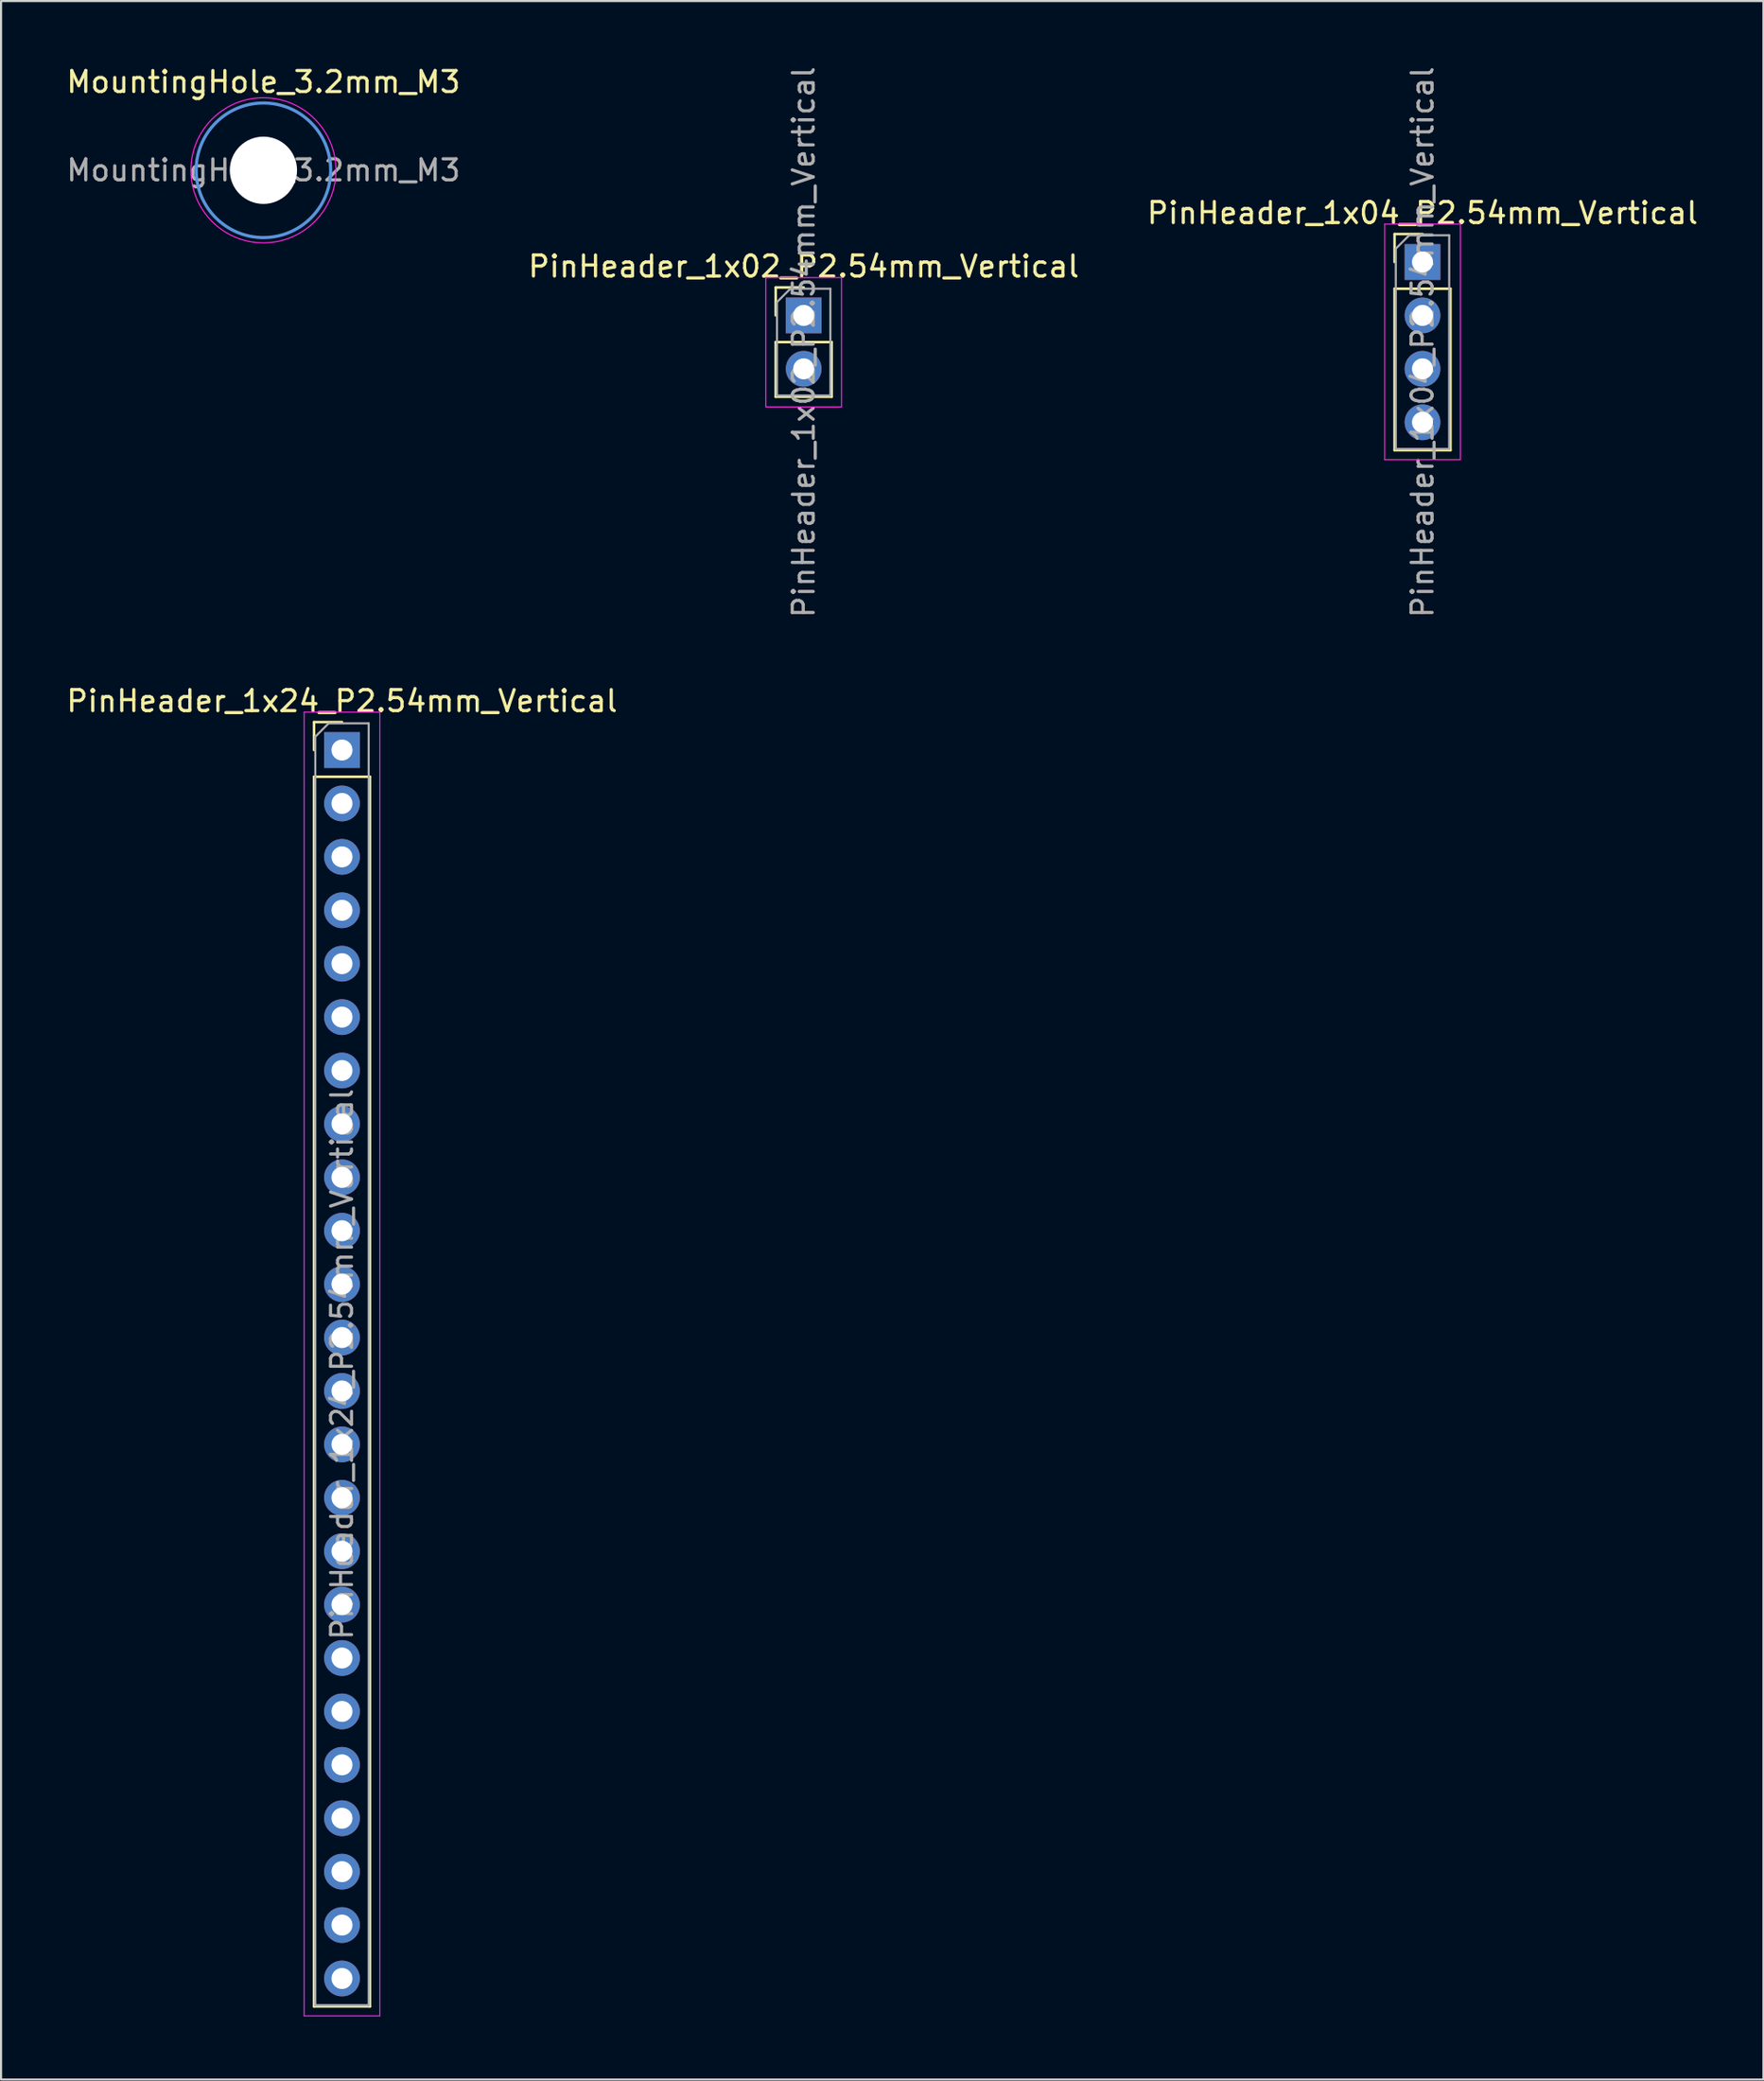
<source format=kicad_pcb>
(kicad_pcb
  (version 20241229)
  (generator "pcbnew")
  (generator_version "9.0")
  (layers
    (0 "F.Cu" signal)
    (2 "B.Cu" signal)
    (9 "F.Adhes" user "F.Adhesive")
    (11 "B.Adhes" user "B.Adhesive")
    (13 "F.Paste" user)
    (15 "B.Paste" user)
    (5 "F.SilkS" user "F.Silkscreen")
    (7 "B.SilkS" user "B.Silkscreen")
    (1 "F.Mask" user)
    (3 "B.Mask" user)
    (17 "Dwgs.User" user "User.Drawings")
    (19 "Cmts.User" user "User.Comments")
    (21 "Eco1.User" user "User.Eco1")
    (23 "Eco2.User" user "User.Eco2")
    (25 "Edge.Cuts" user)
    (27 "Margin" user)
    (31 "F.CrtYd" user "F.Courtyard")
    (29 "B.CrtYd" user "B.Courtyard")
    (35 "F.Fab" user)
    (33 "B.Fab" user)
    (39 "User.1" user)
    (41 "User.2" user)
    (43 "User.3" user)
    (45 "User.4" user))
  (footprint "MountingHole_3.2mm_M3"
    (layer "F.Cu")
    (at 9.482 5.048)
    (property "Reference" "MountingHole_3.2mm_M3" (at 0 -4.2 0) (layer "F.SilkS") (effects (font (size 1 1) (thickness 0.15))))
    (attr exclude_from_pos_files)
    (fp_circle (center 0 0) (end 3.2 0) (stroke (width 0.15) (type solid)) (fill no) (layer "Cmts.User"))
    (fp_circle (center 0 0) (end 3.45 0) (stroke (width 0.05) (type solid)) (fill no) (layer "F.CrtYd"))
    (fp_text user "${REFERENCE}" (at 0 0 0) (layer "F.Fab") (effects (font (size 1 1) (thickness 0.15))))
    (pad "" np_thru_hole circle (at 0 0) (size 3.2 3.2) (drill 3.2) (layers "*.Cu" "*.Mask")))
  (footprint "PinHeader_1x02_P2.54mm_Vertical"
    (layer "F.Cu")
    (at 35.185 11.95)
    (property "Reference" "PinHeader_1x02_P2.54mm_Vertical" (at 0 -2.33 0) (layer "F.SilkS") (effects (font (size 1 1) (thickness 0.15))))
    (attr through_hole)
    (fp_line (start -1.33 -1.33) (end 0 -1.33) (stroke (width 0.12) (type solid)) (layer "F.SilkS"))
    (fp_line (start -1.33 0) (end -1.33 -1.33) (stroke (width 0.12) (type solid)) (layer "F.SilkS"))
    (fp_line (start -1.33 1.27) (end -1.33 3.87) (stroke (width 0.12) (type solid)) (layer "F.SilkS"))
    (fp_line (start -1.33 1.27) (end 1.33 1.27) (stroke (width 0.12) (type solid)) (layer "F.SilkS"))
    (fp_line (start -1.33 3.87) (end 1.33 3.87) (stroke (width 0.12) (type solid)) (layer "F.SilkS"))
    (fp_line (start 1.33 1.27) (end 1.33 3.87) (stroke (width 0.12) (type solid)) (layer "F.SilkS"))
    (fp_line (start -1.8 -1.8) (end -1.8 4.35) (stroke (width 0.05) (type solid)) (layer "F.CrtYd"))
    (fp_line (start -1.8 4.35) (end 1.8 4.35) (stroke (width 0.05) (type solid)) (layer "F.CrtYd"))
    (fp_line (start 1.8 -1.8) (end -1.8 -1.8) (stroke (width 0.05) (type solid)) (layer "F.CrtYd"))
    (fp_line (start 1.8 4.35) (end 1.8 -1.8) (stroke (width 0.05) (type solid)) (layer "F.CrtYd"))
    (fp_line (start -1.27 -0.635) (end -0.635 -1.27) (stroke (width 0.1) (type solid)) (layer "F.Fab"))
    (fp_line (start -1.27 3.81) (end -1.27 -0.635) (stroke (width 0.1) (type solid)) (layer "F.Fab"))
    (fp_line (start -0.635 -1.27) (end 1.27 -1.27) (stroke (width 0.1) (type solid)) (layer "F.Fab"))
    (fp_line (start 1.27 -1.27) (end 1.27 3.81) (stroke (width 0.1) (type solid)) (layer "F.Fab"))
    (fp_line (start 1.27 3.81) (end -1.27 3.81) (stroke (width 0.1) (type solid)) (layer "F.Fab"))
    (fp_text user "${REFERENCE}" (at 0 1.27 90) (layer "F.Fab") (effects (font (size 1 1) (thickness 0.15))))
    (pad "1" thru_hole rect (at 0 0) (size 1.7 1.7) (drill 1) (layers "*.Cu" "*.Mask"))
    (pad "2" thru_hole oval (at 0 2.54) (size 1.7 1.7) (drill 1) (layers "*.Cu" "*.Mask")))
  (footprint "PinHeader_1x04_P2.54mm_Vertical"
    (layer "F.Cu")
    (at 64.625 9.41)
    (property "Reference" "PinHeader_1x04_P2.54mm_Vertical" (at 0 -2.33 180) (layer "F.SilkS") (effects (font (size 1 1) (thickness 0.15))))
    (attr through_hole)
    (fp_line (start -1.33 -1.33) (end 0 -1.33) (stroke (width 0.12) (type solid)) (layer "F.SilkS"))
    (fp_line (start -1.33 0) (end -1.33 -1.33) (stroke (width 0.12) (type solid)) (layer "F.SilkS"))
    (fp_line (start -1.33 1.27) (end -1.33 8.95) (stroke (width 0.12) (type solid)) (layer "F.SilkS"))
    (fp_line (start -1.33 1.27) (end 1.33 1.27) (stroke (width 0.12) (type solid)) (layer "F.SilkS"))
    (fp_line (start -1.33 8.95) (end 1.33 8.95) (stroke (width 0.12) (type solid)) (layer "F.SilkS"))
    (fp_line (start 1.33 1.27) (end 1.33 8.95) (stroke (width 0.12) (type solid)) (layer "F.SilkS"))
    (fp_line (start -1.8 -1.8) (end -1.8 9.4) (stroke (width 0.05) (type solid)) (layer "F.CrtYd"))
    (fp_line (start -1.8 9.4) (end 1.8 9.4) (stroke (width 0.05) (type solid)) (layer "F.CrtYd"))
    (fp_line (start 1.8 -1.8) (end -1.8 -1.8) (stroke (width 0.05) (type solid)) (layer "F.CrtYd"))
    (fp_line (start 1.8 9.4) (end 1.8 -1.8) (stroke (width 0.05) (type solid)) (layer "F.CrtYd"))
    (fp_line (start -1.27 -0.635) (end -0.635 -1.27) (stroke (width 0.1) (type solid)) (layer "F.Fab"))
    (fp_line (start -1.27 8.89) (end -1.27 -0.635) (stroke (width 0.1) (type solid)) (layer "F.Fab"))
    (fp_line (start -0.635 -1.27) (end 1.27 -1.27) (stroke (width 0.1) (type solid)) (layer "F.Fab"))
    (fp_line (start 1.27 -1.27) (end 1.27 8.89) (stroke (width 0.1) (type solid)) (layer "F.Fab"))
    (fp_line (start 1.27 8.89) (end -1.27 8.89) (stroke (width 0.1) (type solid)) (layer "F.Fab"))
    (fp_text user "${REFERENCE}" (at 0 3.81 270) (layer "F.Fab") (effects (font (size 1 1) (thickness 0.15))))
    (pad "1" thru_hole rect (at 0 0) (size 1.7 1.7) (drill 1) (layers "*.Cu" "*.Mask"))
    (pad "2" thru_hole oval (at 0 2.54) (size 1.7 1.7) (drill 1) (layers "*.Cu" "*.Mask"))
    (pad "3" thru_hole oval (at 0 5.08) (size 1.7 1.7) (drill 1) (layers "*.Cu" "*.Mask"))
    (pad "4" thru_hole oval (at 0 7.62) (size 1.7 1.7) (drill 1) (layers "*.Cu" "*.Mask")))
  (footprint "PinHeader_1x24_P2.54mm_Vertical"
    (layer "F.Cu")
    (at 13.22 32.619)
    (property "Reference" "PinHeader_1x24_P2.54mm_Vertical" (at 0 -2.33 180) (layer "F.SilkS") (effects (font (size 1 1) (thickness 0.15))))
    (attr through_hole)
    (fp_line (start -1.33 -1.33) (end 0 -1.33) (stroke (width 0.12) (type solid)) (layer "F.SilkS"))
    (fp_line (start -1.33 0) (end -1.33 -1.33) (stroke (width 0.12) (type solid)) (layer "F.SilkS"))
    (fp_line (start -1.33 1.27) (end -1.33 59.75) (stroke (width 0.12) (type solid)) (layer "F.SilkS"))
    (fp_line (start -1.33 1.27) (end 1.33 1.27) (stroke (width 0.12) (type solid)) (layer "F.SilkS"))
    (fp_line (start -1.33 59.75) (end 1.33 59.75) (stroke (width 0.12) (type solid)) (layer "F.SilkS"))
    (fp_line (start 1.33 1.27) (end 1.33 59.75) (stroke (width 0.12) (type solid)) (layer "F.SilkS"))
    (fp_line (start -1.8 -1.8) (end -1.8 60.2) (stroke (width 0.05) (type solid)) (layer "F.CrtYd"))
    (fp_line (start -1.8 60.2) (end 1.8 60.2) (stroke (width 0.05) (type solid)) (layer "F.CrtYd"))
    (fp_line (start 1.8 -1.8) (end -1.8 -1.8) (stroke (width 0.05) (type solid)) (layer "F.CrtYd"))
    (fp_line (start 1.8 60.2) (end 1.8 -1.8) (stroke (width 0.05) (type solid)) (layer "F.CrtYd"))
    (fp_line (start -1.27 -0.635) (end -0.635 -1.27) (stroke (width 0.1) (type solid)) (layer "F.Fab"))
    (fp_line (start -1.27 59.69) (end -1.27 -0.635) (stroke (width 0.1) (type solid)) (layer "F.Fab"))
    (fp_line (start -0.635 -1.27) (end 1.27 -1.27) (stroke (width 0.1) (type solid)) (layer "F.Fab"))
    (fp_line (start 1.27 -1.27) (end 1.27 59.69) (stroke (width 0.1) (type solid)) (layer "F.Fab"))
    (fp_line (start 1.27 59.69) (end -1.27 59.69) (stroke (width 0.1) (type solid)) (layer "F.Fab"))
    (fp_text user "${REFERENCE}" (at 0 29.21 90) (layer "F.Fab") (effects (font (size 1 1) (thickness 0.15))))
    (pad "1" thru_hole rect (at 0 0) (size 1.7 1.7) (drill 1) (layers "*.Cu" "*.Mask"))
    (pad "2" thru_hole oval (at 0 2.54) (size 1.7 1.7) (drill 1) (layers "*.Cu" "*.Mask"))
    (pad "3" thru_hole oval (at 0 5.08) (size 1.7 1.7) (drill 1) (layers "*.Cu" "*.Mask"))
    (pad "4" thru_hole oval (at 0 7.62) (size 1.7 1.7) (drill 1) (layers "*.Cu" "*.Mask"))
    (pad "5" thru_hole oval (at 0 10.16) (size 1.7 1.7) (drill 1) (layers "*.Cu" "*.Mask"))
    (pad "6" thru_hole oval (at 0 12.7) (size 1.7 1.7) (drill 1) (layers "*.Cu" "*.Mask"))
    (pad "7" thru_hole oval (at 0 15.24) (size 1.7 1.7) (drill 1) (layers "*.Cu" "*.Mask"))
    (pad "8" thru_hole oval (at 0 17.78) (size 1.7 1.7) (drill 1) (layers "*.Cu" "*.Mask"))
    (pad "9" thru_hole oval (at 0 20.32) (size 1.7 1.7) (drill 1) (layers "*.Cu" "*.Mask"))
    (pad "10" thru_hole oval (at 0 22.86) (size 1.7 1.7) (drill 1) (layers "*.Cu" "*.Mask"))
    (pad "11" thru_hole oval (at 0 25.4) (size 1.7 1.7) (drill 1) (layers "*.Cu" "*.Mask"))
    (pad "12" thru_hole oval (at 0 27.94) (size 1.7 1.7) (drill 1) (layers "*.Cu" "*.Mask"))
    (pad "13" thru_hole oval (at 0 30.48) (size 1.7 1.7) (drill 1) (layers "*.Cu" "*.Mask"))
    (pad "14" thru_hole oval (at 0 33.02) (size 1.7 1.7) (drill 1) (layers "*.Cu" "*.Mask"))
    (pad "15" thru_hole oval (at 0 35.56) (size 1.7 1.7) (drill 1) (layers "*.Cu" "*.Mask"))
    (pad "16" thru_hole oval (at 0 38.1) (size 1.7 1.7) (drill 1) (layers "*.Cu" "*.Mask"))
    (pad "17" thru_hole oval (at 0 40.64) (size 1.7 1.7) (drill 1) (layers "*.Cu" "*.Mask"))
    (pad "18" thru_hole oval (at 0 43.18) (size 1.7 1.7) (drill 1) (layers "*.Cu" "*.Mask"))
    (pad "19" thru_hole oval (at 0 45.72) (size 1.7 1.7) (drill 1) (layers "*.Cu" "*.Mask"))
    (pad "20" thru_hole oval (at 0 48.26) (size 1.7 1.7) (drill 1) (layers "*.Cu" "*.Mask"))
    (pad "21" thru_hole oval (at 0 50.8) (size 1.7 1.7) (drill 1) (layers "*.Cu" "*.Mask"))
    (pad "22" thru_hole oval (at 0 53.34) (size 1.7 1.7) (drill 1) (layers "*.Cu" "*.Mask"))
    (pad "23" thru_hole oval (at 0 55.88) (size 1.7 1.7) (drill 1) (layers "*.Cu" "*.Mask"))
    (pad "24" thru_hole oval (at 0 58.42) (size 1.7 1.7) (drill 1) (layers "*.Cu" "*.Mask")))
  (gr_rect
    (start -3 -3)
    (end 80.845 95.844)
    (stroke (width 0.1) (type default))
    (fill no)
    (layer "Edge.Cuts")))
</source>
